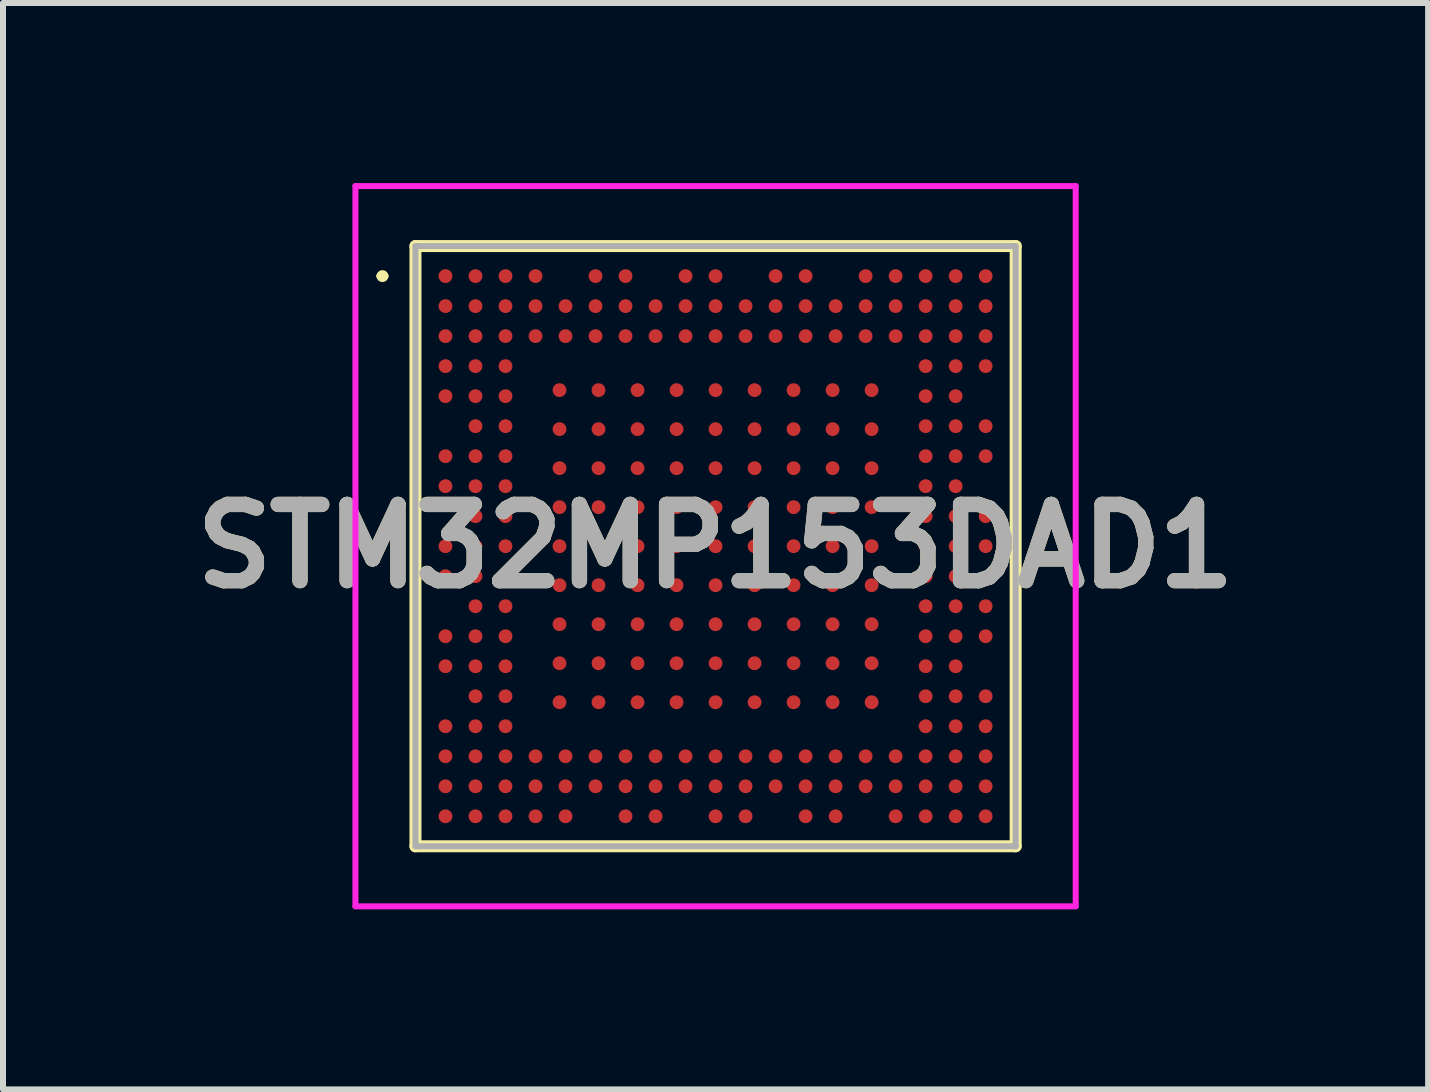
<source format=kicad_pcb>
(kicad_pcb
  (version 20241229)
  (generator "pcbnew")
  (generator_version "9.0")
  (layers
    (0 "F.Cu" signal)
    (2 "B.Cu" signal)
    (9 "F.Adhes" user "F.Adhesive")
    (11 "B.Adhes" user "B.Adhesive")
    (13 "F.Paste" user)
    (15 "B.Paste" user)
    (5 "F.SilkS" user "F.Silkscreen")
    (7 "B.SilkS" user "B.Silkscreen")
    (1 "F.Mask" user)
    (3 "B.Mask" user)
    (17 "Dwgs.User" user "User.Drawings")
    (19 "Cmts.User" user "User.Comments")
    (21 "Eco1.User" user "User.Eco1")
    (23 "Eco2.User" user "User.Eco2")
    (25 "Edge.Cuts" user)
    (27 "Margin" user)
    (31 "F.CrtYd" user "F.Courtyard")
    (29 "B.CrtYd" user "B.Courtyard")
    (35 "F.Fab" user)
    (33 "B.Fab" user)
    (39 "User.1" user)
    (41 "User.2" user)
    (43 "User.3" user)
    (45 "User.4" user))
  (footprint "STM32MP153DAD1"
    (layer "F.Cu")
    (at 8.872 6.05)
    (property "Reference" "STM32MP153DAD1" (at 0 0 0) (layer "F.SilkS") (effects (font (size 1.27 1.27) (thickness 0.254))))
    (attr smd)
    (fp_line (start -5.6 -4.5) (end -5.6 -4.5) (stroke (width 0.1) (type solid)) (layer "F.SilkS"))
    (fp_line (start -5.5 -4.5) (end -5.5 -4.5) (stroke (width 0.1) (type solid)) (layer "F.SilkS"))
    (fp_line (start -5 -5) (end 5 -5) (stroke (width 0.2) (type solid)) (layer "F.SilkS"))
    (fp_line (start -5 5) (end -5 -5) (stroke (width 0.2) (type solid)) (layer "F.SilkS"))
    (fp_line (start 5 -5) (end 5 5) (stroke (width 0.2) (type solid)) (layer "F.SilkS"))
    (fp_line (start 5 5) (end -5 5) (stroke (width 0.2) (type solid)) (layer "F.SilkS"))
    (fp_arc (start -5.6 -4.5) (mid -5.55 -4.55) (end -5.5 -4.5) (stroke (width 0.1) (type solid)) (layer "F.SilkS"))
    (fp_arc (start -5.5 -4.5) (mid -5.55 -4.45) (end -5.6 -4.5) (stroke (width 0.1) (type solid)) (layer "F.SilkS"))
    (fp_line (start -6 -6) (end 6 -6) (stroke (width 0.1) (type solid)) (layer "F.CrtYd"))
    (fp_line (start -6 6) (end -6 -6) (stroke (width 0.1) (type solid)) (layer "F.CrtYd"))
    (fp_line (start 6 -6) (end 6 6) (stroke (width 0.1) (type solid)) (layer "F.CrtYd"))
    (fp_line (start 6 6) (end -6 6) (stroke (width 0.1) (type solid)) (layer "F.CrtYd"))
    (fp_line (start -5 -5) (end 5 -5) (stroke (width 0.1) (type solid)) (layer "F.Fab"))
    (fp_line (start -5 5) (end -5 -5) (stroke (width 0.1) (type solid)) (layer "F.Fab"))
    (fp_line (start 5 -5) (end 5 5) (stroke (width 0.1) (type solid)) (layer "F.Fab"))
    (fp_line (start 5 5) (end -5 5) (stroke (width 0.1) (type solid)) (layer "F.Fab"))
    (fp_text user "${REFERENCE}" (at 0 0 0) (layer "F.Fab") (effects (font (size 1.27 1.27) (thickness 0.254))))
    (pad "A1" smd circle (at -4.5 -4.5 90) (size 0.23 0.23) (layers "F.Cu" "F.Mask" "F.Paste"))
    (pad "A2" smd circle (at -4 -4.5 90) (size 0.23 0.23) (layers "F.Cu" "F.Mask" "F.Paste"))
    (pad "A3" smd circle (at -3.5 -4.5 90) (size 0.23 0.23) (layers "F.Cu" "F.Mask" "F.Paste"))
    (pad "A4" smd circle (at -3 -4.5 90) (size 0.23 0.23) (layers "F.Cu" "F.Mask" "F.Paste"))
    (pad "A6" smd circle (at -2 -4.5 90) (size 0.23 0.23) (layers "F.Cu" "F.Mask" "F.Paste"))
    (pad "A7" smd circle (at -1.5 -4.5 90) (size 0.23 0.23) (layers "F.Cu" "F.Mask" "F.Paste"))
    (pad "A9" smd circle (at -0.5 -4.5 90) (size 0.23 0.23) (layers "F.Cu" "F.Mask" "F.Paste"))
    (pad "A10" smd circle (at 0 -4.5 90) (size 0.23 0.23) (layers "F.Cu" "F.Mask" "F.Paste"))
    (pad "A12" smd circle (at 1 -4.5 90) (size 0.23 0.23) (layers "F.Cu" "F.Mask" "F.Paste"))
    (pad "A13" smd circle (at 1.5 -4.5 90) (size 0.23 0.23) (layers "F.Cu" "F.Mask" "F.Paste"))
    (pad "A15" smd circle (at 2.5 -4.5 90) (size 0.23 0.23) (layers "F.Cu" "F.Mask" "F.Paste"))
    (pad "A16" smd circle (at 3 -4.5 90) (size 0.23 0.23) (layers "F.Cu" "F.Mask" "F.Paste"))
    (pad "A17" smd circle (at 3.5 -4.5 90) (size 0.23 0.23) (layers "F.Cu" "F.Mask" "F.Paste"))
    (pad "A18" smd circle (at 4 -4.5 90) (size 0.23 0.23) (layers "F.Cu" "F.Mask" "F.Paste"))
    (pad "A19" smd circle (at 4.5 -4.5 90) (size 0.23 0.23) (layers "F.Cu" "F.Mask" "F.Paste"))
    (pad "AA1" smd circle (at -2.6 -2.6 90) (size 0.23 0.23) (layers "F.Cu" "F.Mask" "F.Paste"))
    (pad "AA2" smd circle (at -1.95 -2.6 90) (size 0.23 0.23) (layers "F.Cu" "F.Mask" "F.Paste"))
    (pad "AA3" smd circle (at -1.3 -2.6 90) (size 0.23 0.23) (layers "F.Cu" "F.Mask" "F.Paste"))
    (pad "AA4" smd circle (at -0.65 -2.6 90) (size 0.23 0.23) (layers "F.Cu" "F.Mask" "F.Paste"))
    (pad "AA5" smd circle (at 0 -2.6 90) (size 0.23 0.23) (layers "F.Cu" "F.Mask" "F.Paste"))
    (pad "AA6" smd circle (at 0.65 -2.6 90) (size 0.23 0.23) (layers "F.Cu" "F.Mask" "F.Paste"))
    (pad "AA7" smd circle (at 1.3 -2.6 90) (size 0.23 0.23) (layers "F.Cu" "F.Mask" "F.Paste"))
    (pad "AA8" smd circle (at 1.95 -2.6 90) (size 0.23 0.23) (layers "F.Cu" "F.Mask" "F.Paste"))
    (pad "AA9" smd circle (at 2.6 -2.6 90) (size 0.23 0.23) (layers "F.Cu" "F.Mask" "F.Paste"))
    (pad "B1" smd circle (at -4.5 -4 90) (size 0.23 0.23) (layers "F.Cu" "F.Mask" "F.Paste"))
    (pad "B2" smd circle (at -4 -4 90) (size 0.23 0.23) (layers "F.Cu" "F.Mask" "F.Paste"))
    (pad "B3" smd circle (at -3.5 -4 90) (size 0.23 0.23) (layers "F.Cu" "F.Mask" "F.Paste"))
    (pad "B4" smd circle (at -3 -4 90) (size 0.23 0.23) (layers "F.Cu" "F.Mask" "F.Paste"))
    (pad "B5" smd circle (at -2.5 -4 90) (size 0.23 0.23) (layers "F.Cu" "F.Mask" "F.Paste"))
    (pad "B6" smd circle (at -2 -4 90) (size 0.23 0.23) (layers "F.Cu" "F.Mask" "F.Paste"))
    (pad "B7" smd circle (at -1.5 -4 90) (size 0.23 0.23) (layers "F.Cu" "F.Mask" "F.Paste"))
    (pad "B8" smd circle (at -1 -4 90) (size 0.23 0.23) (layers "F.Cu" "F.Mask" "F.Paste"))
    (pad "B9" smd circle (at -0.5 -4 90) (size 0.23 0.23) (layers "F.Cu" "F.Mask" "F.Paste"))
    (pad "B10" smd circle (at 0 -4 90) (size 0.23 0.23) (layers "F.Cu" "F.Mask" "F.Paste"))
    (pad "B11" smd circle (at 0.5 -4 90) (size 0.23 0.23) (layers "F.Cu" "F.Mask" "F.Paste"))
    (pad "B12" smd circle (at 1 -4 90) (size 0.23 0.23) (layers "F.Cu" "F.Mask" "F.Paste"))
    (pad "B13" smd circle (at 1.5 -4 90) (size 0.23 0.23) (layers "F.Cu" "F.Mask" "F.Paste"))
    (pad "B14" smd circle (at 2 -4 90) (size 0.23 0.23) (layers "F.Cu" "F.Mask" "F.Paste"))
    (pad "B15" smd circle (at 2.5 -4 90) (size 0.23 0.23) (layers "F.Cu" "F.Mask" "F.Paste"))
    (pad "B16" smd circle (at 3 -4 90) (size 0.23 0.23) (layers "F.Cu" "F.Mask" "F.Paste"))
    (pad "B17" smd circle (at 3.5 -4 90) (size 0.23 0.23) (layers "F.Cu" "F.Mask" "F.Paste"))
    (pad "B18" smd circle (at 4 -4 90) (size 0.23 0.23) (layers "F.Cu" "F.Mask" "F.Paste"))
    (pad "B19" smd circle (at 4.5 -4 90) (size 0.23 0.23) (layers "F.Cu" "F.Mask" "F.Paste"))
    (pad "BB1" smd circle (at -2.6 -1.95 90) (size 0.23 0.23) (layers "F.Cu" "F.Mask" "F.Paste"))
    (pad "BB2" smd circle (at -1.95 -1.95 90) (size 0.23 0.23) (layers "F.Cu" "F.Mask" "F.Paste"))
    (pad "BB3" smd circle (at -1.3 -1.95 90) (size 0.23 0.23) (layers "F.Cu" "F.Mask" "F.Paste"))
    (pad "BB4" smd circle (at -0.65 -1.95 90) (size 0.23 0.23) (layers "F.Cu" "F.Mask" "F.Paste"))
    (pad "BB5" smd circle (at 0 -1.95 90) (size 0.23 0.23) (layers "F.Cu" "F.Mask" "F.Paste"))
    (pad "BB6" smd circle (at 0.65 -1.95 90) (size 0.23 0.23) (layers "F.Cu" "F.Mask" "F.Paste"))
    (pad "BB7" smd circle (at 1.3 -1.95 90) (size 0.23 0.23) (layers "F.Cu" "F.Mask" "F.Paste"))
    (pad "BB8" smd circle (at 1.95 -1.95 90) (size 0.23 0.23) (layers "F.Cu" "F.Mask" "F.Paste"))
    (pad "BB9" smd circle (at 2.6 -1.95 90) (size 0.23 0.23) (layers "F.Cu" "F.Mask" "F.Paste"))
    (pad "C1" smd circle (at -4.5 -3.5 90) (size 0.23 0.23) (layers "F.Cu" "F.Mask" "F.Paste"))
    (pad "C2" smd circle (at -4 -3.5 90) (size 0.23 0.23) (layers "F.Cu" "F.Mask" "F.Paste"))
    (pad "C3" smd circle (at -3.5 -3.5 90) (size 0.23 0.23) (layers "F.Cu" "F.Mask" "F.Paste"))
    (pad "C4" smd circle (at -3 -3.5 90) (size 0.23 0.23) (layers "F.Cu" "F.Mask" "F.Paste"))
    (pad "C5" smd circle (at -2.5 -3.5 90) (size 0.23 0.23) (layers "F.Cu" "F.Mask" "F.Paste"))
    (pad "C6" smd circle (at -2 -3.5 90) (size 0.23 0.23) (layers "F.Cu" "F.Mask" "F.Paste"))
    (pad "C7" smd circle (at -1.5 -3.5 90) (size 0.23 0.23) (layers "F.Cu" "F.Mask" "F.Paste"))
    (pad "C8" smd circle (at -1 -3.5 90) (size 0.23 0.23) (layers "F.Cu" "F.Mask" "F.Paste"))
    (pad "C9" smd circle (at -0.5 -3.5 90) (size 0.23 0.23) (layers "F.Cu" "F.Mask" "F.Paste"))
    (pad "C10" smd circle (at 0 -3.5 90) (size 0.23 0.23) (layers "F.Cu" "F.Mask" "F.Paste"))
    (pad "C11" smd circle (at 0.5 -3.5 90) (size 0.23 0.23) (layers "F.Cu" "F.Mask" "F.Paste"))
    (pad "C12" smd circle (at 1 -3.5 90) (size 0.23 0.23) (layers "F.Cu" "F.Mask" "F.Paste"))
    (pad "C13" smd circle (at 1.5 -3.5 90) (size 0.23 0.23) (layers "F.Cu" "F.Mask" "F.Paste"))
    (pad "C14" smd circle (at 2 -3.5 90) (size 0.23 0.23) (layers "F.Cu" "F.Mask" "F.Paste"))
    (pad "C15" smd circle (at 2.5 -3.5 90) (size 0.23 0.23) (layers "F.Cu" "F.Mask" "F.Paste"))
    (pad "C16" smd circle (at 3 -3.5 90) (size 0.23 0.23) (layers "F.Cu" "F.Mask" "F.Paste"))
    (pad "C17" smd circle (at 3.5 -3.5 90) (size 0.23 0.23) (layers "F.Cu" "F.Mask" "F.Paste"))
    (pad "C18" smd circle (at 4 -3.5 90) (size 0.23 0.23) (layers "F.Cu" "F.Mask" "F.Paste"))
    (pad "C19" smd circle (at 4.5 -3.5 90) (size 0.23 0.23) (layers "F.Cu" "F.Mask" "F.Paste"))
    (pad "CC1" smd circle (at -2.6 -1.3 90) (size 0.23 0.23) (layers "F.Cu" "F.Mask" "F.Paste"))
    (pad "CC2" smd circle (at -1.95 -1.3 90) (size 0.23 0.23) (layers "F.Cu" "F.Mask" "F.Paste"))
    (pad "CC3" smd circle (at -1.3 -1.3 90) (size 0.23 0.23) (layers "F.Cu" "F.Mask" "F.Paste"))
    (pad "CC4" smd circle (at -0.65 -1.3 90) (size 0.23 0.23) (layers "F.Cu" "F.Mask" "F.Paste"))
    (pad "CC5" smd circle (at 0 -1.3 90) (size 0.23 0.23) (layers "F.Cu" "F.Mask" "F.Paste"))
    (pad "CC6" smd circle (at 0.65 -1.3 90) (size 0.23 0.23) (layers "F.Cu" "F.Mask" "F.Paste"))
    (pad "CC7" smd circle (at 1.3 -1.3 90) (size 0.23 0.23) (layers "F.Cu" "F.Mask" "F.Paste"))
    (pad "CC8" smd circle (at 1.95 -1.3 90) (size 0.23 0.23) (layers "F.Cu" "F.Mask" "F.Paste"))
    (pad "CC9" smd circle (at 2.6 -1.3 90) (size 0.23 0.23) (layers "F.Cu" "F.Mask" "F.Paste"))
    (pad "D1" smd circle (at -4.5 -3 90) (size 0.23 0.23) (layers "F.Cu" "F.Mask" "F.Paste"))
    (pad "D2" smd circle (at -4 -3 90) (size 0.23 0.23) (layers "F.Cu" "F.Mask" "F.Paste"))
    (pad "D3" smd circle (at -3.5 -3 90) (size 0.23 0.23) (layers "F.Cu" "F.Mask" "F.Paste"))
    (pad "D17" smd circle (at 3.5 -3 90) (size 0.23 0.23) (layers "F.Cu" "F.Mask" "F.Paste"))
    (pad "D18" smd circle (at 4 -3 90) (size 0.23 0.23) (layers "F.Cu" "F.Mask" "F.Paste"))
    (pad "D19" smd circle (at 4.5 -3 90) (size 0.23 0.23) (layers "F.Cu" "F.Mask" "F.Paste"))
    (pad "DD1" smd circle (at -2.6 -0.65 90) (size 0.23 0.23) (layers "F.Cu" "F.Mask" "F.Paste"))
    (pad "DD2" smd circle (at -1.95 -0.65 90) (size 0.23 0.23) (layers "F.Cu" "F.Mask" "F.Paste"))
    (pad "DD3" smd circle (at -1.3 -0.65 90) (size 0.23 0.23) (layers "F.Cu" "F.Mask" "F.Paste"))
    (pad "DD4" smd circle (at -0.65 -0.65 90) (size 0.23 0.23) (layers "F.Cu" "F.Mask" "F.Paste"))
    (pad "DD5" smd circle (at 0 -0.65 90) (size 0.23 0.23) (layers "F.Cu" "F.Mask" "F.Paste"))
    (pad "DD6" smd circle (at 0.65 -0.65 90) (size 0.23 0.23) (layers "F.Cu" "F.Mask" "F.Paste"))
    (pad "DD7" smd circle (at 1.3 -0.65 90) (size 0.23 0.23) (layers "F.Cu" "F.Mask" "F.Paste"))
    (pad "DD8" smd circle (at 1.95 -0.65 90) (size 0.23 0.23) (layers "F.Cu" "F.Mask" "F.Paste"))
    (pad "DD9" smd circle (at 2.6 -0.65 90) (size 0.23 0.23) (layers "F.Cu" "F.Mask" "F.Paste"))
    (pad "E1" smd circle (at -4.5 -2.5 90) (size 0.23 0.23) (layers "F.Cu" "F.Mask" "F.Paste"))
    (pad "E2" smd circle (at -4 -2.5 90) (size 0.23 0.23) (layers "F.Cu" "F.Mask" "F.Paste"))
    (pad "E3" smd circle (at -3.5 -2.5 90) (size 0.23 0.23) (layers "F.Cu" "F.Mask" "F.Paste"))
    (pad "E17" smd circle (at 3.5 -2.5 90) (size 0.23 0.23) (layers "F.Cu" "F.Mask" "F.Paste"))
    (pad "E18" smd circle (at 4 -2.5 90) (size 0.23 0.23) (layers "F.Cu" "F.Mask" "F.Paste"))
    (pad "EE1" smd circle (at -2.6 0 90) (size 0.23 0.23) (layers "F.Cu" "F.Mask" "F.Paste"))
    (pad "EE2" smd circle (at -1.95 0 90) (size 0.23 0.23) (layers "F.Cu" "F.Mask" "F.Paste"))
    (pad "EE3" smd circle (at -1.3 0 90) (size 0.23 0.23) (layers "F.Cu" "F.Mask" "F.Paste"))
    (pad "EE4" smd circle (at -0.65 0 90) (size 0.23 0.23) (layers "F.Cu" "F.Mask" "F.Paste"))
    (pad "EE5" smd circle (at 0 0 90) (size 0.23 0.23) (layers "F.Cu" "F.Mask" "F.Paste"))
    (pad "EE6" smd circle (at 0.65 0 90) (size 0.23 0.23) (layers "F.Cu" "F.Mask" "F.Paste"))
    (pad "EE7" smd circle (at 1.3 0 90) (size 0.23 0.23) (layers "F.Cu" "F.Mask" "F.Paste"))
    (pad "EE8" smd circle (at 1.95 0 90) (size 0.23 0.23) (layers "F.Cu" "F.Mask" "F.Paste"))
    (pad "EE9" smd circle (at 2.6 0 90) (size 0.23 0.23) (layers "F.Cu" "F.Mask" "F.Paste"))
    (pad "F2" smd circle (at -4 -2 90) (size 0.23 0.23) (layers "F.Cu" "F.Mask" "F.Paste"))
    (pad "F3" smd circle (at -3.5 -2 90) (size 0.23 0.23) (layers "F.Cu" "F.Mask" "F.Paste"))
    (pad "F17" smd circle (at 3.5 -2 90) (size 0.23 0.23) (layers "F.Cu" "F.Mask" "F.Paste"))
    (pad "F18" smd circle (at 4 -2 90) (size 0.23 0.23) (layers "F.Cu" "F.Mask" "F.Paste"))
    (pad "F19" smd circle (at 4.5 -2 90) (size 0.23 0.23) (layers "F.Cu" "F.Mask" "F.Paste"))
    (pad "FF1" smd circle (at -2.6 0.65 90) (size 0.23 0.23) (layers "F.Cu" "F.Mask" "F.Paste"))
    (pad "FF2" smd circle (at -1.95 0.65 90) (size 0.23 0.23) (layers "F.Cu" "F.Mask" "F.Paste"))
    (pad "FF3" smd circle (at -1.3 0.65 90) (size 0.23 0.23) (layers "F.Cu" "F.Mask" "F.Paste"))
    (pad "FF4" smd circle (at -0.65 0.65 90) (size 0.23 0.23) (layers "F.Cu" "F.Mask" "F.Paste"))
    (pad "FF5" smd circle (at 0 0.65 90) (size 0.23 0.23) (layers "F.Cu" "F.Mask" "F.Paste"))
    (pad "FF6" smd circle (at 0.65 0.65 90) (size 0.23 0.23) (layers "F.Cu" "F.Mask" "F.Paste"))
    (pad "FF7" smd circle (at 1.3 0.65 90) (size 0.23 0.23) (layers "F.Cu" "F.Mask" "F.Paste"))
    (pad "FF8" smd circle (at 1.95 0.65 90) (size 0.23 0.23) (layers "F.Cu" "F.Mask" "F.Paste"))
    (pad "FF9" smd circle (at 2.6 0.65 90) (size 0.23 0.23) (layers "F.Cu" "F.Mask" "F.Paste"))
    (pad "G1" smd circle (at -4.5 -1.5 90) (size 0.23 0.23) (layers "F.Cu" "F.Mask" "F.Paste"))
    (pad "G2" smd circle (at -4 -1.5 90) (size 0.23 0.23) (layers "F.Cu" "F.Mask" "F.Paste"))
    (pad "G3" smd circle (at -3.5 -1.5 90) (size 0.23 0.23) (layers "F.Cu" "F.Mask" "F.Paste"))
    (pad "G17" smd circle (at 3.5 -1.5 90) (size 0.23 0.23) (layers "F.Cu" "F.Mask" "F.Paste"))
    (pad "G18" smd circle (at 4 -1.5 90) (size 0.23 0.23) (layers "F.Cu" "F.Mask" "F.Paste"))
    (pad "G19" smd circle (at 4.5 -1.5 90) (size 0.23 0.23) (layers "F.Cu" "F.Mask" "F.Paste"))
    (pad "GG1" smd circle (at -2.6 1.3 90) (size 0.23 0.23) (layers "F.Cu" "F.Mask" "F.Paste"))
    (pad "GG2" smd circle (at -1.95 1.3 90) (size 0.23 0.23) (layers "F.Cu" "F.Mask" "F.Paste"))
    (pad "GG3" smd circle (at -1.3 1.3 90) (size 0.23 0.23) (layers "F.Cu" "F.Mask" "F.Paste"))
    (pad "GG4" smd circle (at -0.65 1.3 90) (size 0.23 0.23) (layers "F.Cu" "F.Mask" "F.Paste"))
    (pad "GG5" smd circle (at 0 1.3 90) (size 0.23 0.23) (layers "F.Cu" "F.Mask" "F.Paste"))
    (pad "GG6" smd circle (at 0.65 1.3 90) (size 0.23 0.23) (layers "F.Cu" "F.Mask" "F.Paste"))
    (pad "GG7" smd circle (at 1.3 1.3 90) (size 0.23 0.23) (layers "F.Cu" "F.Mask" "F.Paste"))
    (pad "GG8" smd circle (at 1.95 1.3 90) (size 0.23 0.23) (layers "F.Cu" "F.Mask" "F.Paste"))
    (pad "GG9" smd circle (at 2.6 1.3 90) (size 0.23 0.23) (layers "F.Cu" "F.Mask" "F.Paste"))
    (pad "H1" smd circle (at -4.5 -1 90) (size 0.23 0.23) (layers "F.Cu" "F.Mask" "F.Paste"))
    (pad "H2" smd circle (at -4 -1 90) (size 0.23 0.23) (layers "F.Cu" "F.Mask" "F.Paste"))
    (pad "H3" smd circle (at -3.5 -1 90) (size 0.23 0.23) (layers "F.Cu" "F.Mask" "F.Paste"))
    (pad "H17" smd circle (at 3.5 -1 90) (size 0.23 0.23) (layers "F.Cu" "F.Mask" "F.Paste"))
    (pad "H18" smd circle (at 4 -1 90) (size 0.23 0.23) (layers "F.Cu" "F.Mask" "F.Paste"))
    (pad "HH1" smd circle (at -2.6 1.95 90) (size 0.23 0.23) (layers "F.Cu" "F.Mask" "F.Paste"))
    (pad "HH2" smd circle (at -1.95 1.95 90) (size 0.23 0.23) (layers "F.Cu" "F.Mask" "F.Paste"))
    (pad "HH3" smd circle (at -1.3 1.95 90) (size 0.23 0.23) (layers "F.Cu" "F.Mask" "F.Paste"))
    (pad "HH4" smd circle (at -0.65 1.95 90) (size 0.23 0.23) (layers "F.Cu" "F.Mask" "F.Paste"))
    (pad "HH5" smd circle (at 0 1.95 90) (size 0.23 0.23) (layers "F.Cu" "F.Mask" "F.Paste"))
    (pad "HH6" smd circle (at 0.65 1.95 90) (size 0.23 0.23) (layers "F.Cu" "F.Mask" "F.Paste"))
    (pad "HH7" smd circle (at 1.3 1.95 90) (size 0.23 0.23) (layers "F.Cu" "F.Mask" "F.Paste"))
    (pad "HH8" smd circle (at 1.95 1.95 90) (size 0.23 0.23) (layers "F.Cu" "F.Mask" "F.Paste"))
    (pad "HH9" smd circle (at 2.6 1.95 90) (size 0.23 0.23) (layers "F.Cu" "F.Mask" "F.Paste"))
    (pad "J2" smd circle (at -4 -0.5 90) (size 0.23 0.23) (layers "F.Cu" "F.Mask" "F.Paste"))
    (pad "J3" smd circle (at -3.5 -0.5 90) (size 0.23 0.23) (layers "F.Cu" "F.Mask" "F.Paste"))
    (pad "J17" smd circle (at 3.5 -0.5 90) (size 0.23 0.23) (layers "F.Cu" "F.Mask" "F.Paste"))
    (pad "J18" smd circle (at 4 -0.5 90) (size 0.23 0.23) (layers "F.Cu" "F.Mask" "F.Paste"))
    (pad "J19" smd circle (at 4.5 -0.5 90) (size 0.23 0.23) (layers "F.Cu" "F.Mask" "F.Paste"))
    (pad "JJ1" smd circle (at -2.6 2.6 90) (size 0.23 0.23) (layers "F.Cu" "F.Mask" "F.Paste"))
    (pad "JJ2" smd circle (at -1.95 2.6 90) (size 0.23 0.23) (layers "F.Cu" "F.Mask" "F.Paste"))
    (pad "JJ3" smd circle (at -1.3 2.6 90) (size 0.23 0.23) (layers "F.Cu" "F.Mask" "F.Paste"))
    (pad "JJ4" smd circle (at -0.65 2.6 90) (size 0.23 0.23) (layers "F.Cu" "F.Mask" "F.Paste"))
    (pad "JJ5" smd circle (at 0 2.6 90) (size 0.23 0.23) (layers "F.Cu" "F.Mask" "F.Paste"))
    (pad "JJ6" smd circle (at 0.65 2.6 90) (size 0.23 0.23) (layers "F.Cu" "F.Mask" "F.Paste"))
    (pad "JJ7" smd circle (at 1.3 2.6 90) (size 0.23 0.23) (layers "F.Cu" "F.Mask" "F.Paste"))
    (pad "JJ8" smd circle (at 1.95 2.6 90) (size 0.23 0.23) (layers "F.Cu" "F.Mask" "F.Paste"))
    (pad "JJ9" smd circle (at 2.6 2.6 90) (size 0.23 0.23) (layers "F.Cu" "F.Mask" "F.Paste"))
    (pad "K1" smd circle (at -4.5 0 90) (size 0.23 0.23) (layers "F.Cu" "F.Mask" "F.Paste"))
    (pad "K2" smd circle (at -4 0 90) (size 0.23 0.23) (layers "F.Cu" "F.Mask" "F.Paste"))
    (pad "K3" smd circle (at -3.5 0 90) (size 0.23 0.23) (layers "F.Cu" "F.Mask" "F.Paste"))
    (pad "K17" smd circle (at 3.5 0 90) (size 0.23 0.23) (layers "F.Cu" "F.Mask" "F.Paste"))
    (pad "K18" smd circle (at 4 0 90) (size 0.23 0.23) (layers "F.Cu" "F.Mask" "F.Paste"))
    (pad "K19" smd circle (at 4.5 0 90) (size 0.23 0.23) (layers "F.Cu" "F.Mask" "F.Paste"))
    (pad "L1" smd circle (at -4.5 0.5 90) (size 0.23 0.23) (layers "F.Cu" "F.Mask" "F.Paste"))
    (pad "L2" smd circle (at -4 0.5 90) (size 0.23 0.23) (layers "F.Cu" "F.Mask" "F.Paste"))
    (pad "L3" smd circle (at -3.5 0.5 90) (size 0.23 0.23) (layers "F.Cu" "F.Mask" "F.Paste"))
    (pad "L17" smd circle (at 3.5 0.5 90) (size 0.23 0.23) (layers "F.Cu" "F.Mask" "F.Paste"))
    (pad "L18" smd circle (at 4 0.5 90) (size 0.23 0.23) (layers "F.Cu" "F.Mask" "F.Paste"))
    (pad "M2" smd circle (at -4 1 90) (size 0.23 0.23) (layers "F.Cu" "F.Mask" "F.Paste"))
    (pad "M3" smd circle (at -3.5 1 90) (size 0.23 0.23) (layers "F.Cu" "F.Mask" "F.Paste"))
    (pad "M17" smd circle (at 3.5 1 90) (size 0.23 0.23) (layers "F.Cu" "F.Mask" "F.Paste"))
    (pad "M18" smd circle (at 4 1 90) (size 0.23 0.23) (layers "F.Cu" "F.Mask" "F.Paste"))
    (pad "M19" smd circle (at 4.5 1 90) (size 0.23 0.23) (layers "F.Cu" "F.Mask" "F.Paste"))
    (pad "N1" smd circle (at -4.5 1.5 90) (size 0.23 0.23) (layers "F.Cu" "F.Mask" "F.Paste"))
    (pad "N2" smd circle (at -4 1.5 90) (size 0.23 0.23) (layers "F.Cu" "F.Mask" "F.Paste"))
    (pad "N3" smd circle (at -3.5 1.5 90) (size 0.23 0.23) (layers "F.Cu" "F.Mask" "F.Paste"))
    (pad "N17" smd circle (at 3.5 1.5 90) (size 0.23 0.23) (layers "F.Cu" "F.Mask" "F.Paste"))
    (pad "N18" smd circle (at 4 1.5 90) (size 0.23 0.23) (layers "F.Cu" "F.Mask" "F.Paste"))
    (pad "N19" smd circle (at 4.5 1.5 90) (size 0.23 0.23) (layers "F.Cu" "F.Mask" "F.Paste"))
    (pad "P1" smd circle (at -4.5 2 90) (size 0.23 0.23) (layers "F.Cu" "F.Mask" "F.Paste"))
    (pad "P2" smd circle (at -4 2 90) (size 0.23 0.23) (layers "F.Cu" "F.Mask" "F.Paste"))
    (pad "P3" smd circle (at -3.5 2 90) (size 0.23 0.23) (layers "F.Cu" "F.Mask" "F.Paste"))
    (pad "P17" smd circle (at 3.5 2 90) (size 0.23 0.23) (layers "F.Cu" "F.Mask" "F.Paste"))
    (pad "P18" smd circle (at 4 2 90) (size 0.23 0.23) (layers "F.Cu" "F.Mask" "F.Paste"))
    (pad "R2" smd circle (at -4 2.5 90) (size 0.23 0.23) (layers "F.Cu" "F.Mask" "F.Paste"))
    (pad "R3" smd circle (at -3.5 2.5 90) (size 0.23 0.23) (layers "F.Cu" "F.Mask" "F.Paste"))
    (pad "R17" smd circle (at 3.5 2.5 90) (size 0.23 0.23) (layers "F.Cu" "F.Mask" "F.Paste"))
    (pad "R18" smd circle (at 4 2.5 90) (size 0.23 0.23) (layers "F.Cu" "F.Mask" "F.Paste"))
    (pad "R19" smd circle (at 4.5 2.5 90) (size 0.23 0.23) (layers "F.Cu" "F.Mask" "F.Paste"))
    (pad "T1" smd circle (at -4.5 3 90) (size 0.23 0.23) (layers "F.Cu" "F.Mask" "F.Paste"))
    (pad "T2" smd circle (at -4 3 90) (size 0.23 0.23) (layers "F.Cu" "F.Mask" "F.Paste"))
    (pad "T3" smd circle (at -3.5 3 90) (size 0.23 0.23) (layers "F.Cu" "F.Mask" "F.Paste"))
    (pad "T17" smd circle (at 3.5 3 90) (size 0.23 0.23) (layers "F.Cu" "F.Mask" "F.Paste"))
    (pad "T18" smd circle (at 4 3 90) (size 0.23 0.23) (layers "F.Cu" "F.Mask" "F.Paste"))
    (pad "T19" smd circle (at 4.5 3 90) (size 0.23 0.23) (layers "F.Cu" "F.Mask" "F.Paste"))
    (pad "U1" smd circle (at -4.5 3.5 90) (size 0.23 0.23) (layers "F.Cu" "F.Mask" "F.Paste"))
    (pad "U2" smd circle (at -4 3.5 90) (size 0.23 0.23) (layers "F.Cu" "F.Mask" "F.Paste"))
    (pad "U3" smd circle (at -3.5 3.5 90) (size 0.23 0.23) (layers "F.Cu" "F.Mask" "F.Paste"))
    (pad "U4" smd circle (at -3 3.5 90) (size 0.23 0.23) (layers "F.Cu" "F.Mask" "F.Paste"))
    (pad "U5" smd circle (at -2.5 3.5 90) (size 0.23 0.23) (layers "F.Cu" "F.Mask" "F.Paste"))
    (pad "U6" smd circle (at -2 3.5 90) (size 0.23 0.23) (layers "F.Cu" "F.Mask" "F.Paste"))
    (pad "U7" smd circle (at -1.5 3.5 90) (size 0.23 0.23) (layers "F.Cu" "F.Mask" "F.Paste"))
    (pad "U8" smd circle (at -1 3.5 90) (size 0.23 0.23) (layers "F.Cu" "F.Mask" "F.Paste"))
    (pad "U9" smd circle (at -0.5 3.5 90) (size 0.23 0.23) (layers "F.Cu" "F.Mask" "F.Paste"))
    (pad "U10" smd circle (at 0 3.5 90) (size 0.23 0.23) (layers "F.Cu" "F.Mask" "F.Paste"))
    (pad "U11" smd circle (at 0.5 3.5 90) (size 0.23 0.23) (layers "F.Cu" "F.Mask" "F.Paste"))
    (pad "U12" smd circle (at 1 3.5 90) (size 0.23 0.23) (layers "F.Cu" "F.Mask" "F.Paste"))
    (pad "U13" smd circle (at 1.5 3.5 90) (size 0.23 0.23) (layers "F.Cu" "F.Mask" "F.Paste"))
    (pad "U14" smd circle (at 2 3.5 90) (size 0.23 0.23) (layers "F.Cu" "F.Mask" "F.Paste"))
    (pad "U15" smd circle (at 2.5 3.5 90) (size 0.23 0.23) (layers "F.Cu" "F.Mask" "F.Paste"))
    (pad "U16" smd circle (at 3 3.5 90) (size 0.23 0.23) (layers "F.Cu" "F.Mask" "F.Paste"))
    (pad "U17" smd circle (at 3.5 3.5 90) (size 0.23 0.23) (layers "F.Cu" "F.Mask" "F.Paste"))
    (pad "U18" smd circle (at 4 3.5 90) (size 0.23 0.23) (layers "F.Cu" "F.Mask" "F.Paste"))
    (pad "U19" smd circle (at 4.5 3.5 90) (size 0.23 0.23) (layers "F.Cu" "F.Mask" "F.Paste"))
    (pad "V1" smd circle (at -4.5 4 90) (size 0.23 0.23) (layers "F.Cu" "F.Mask" "F.Paste"))
    (pad "V2" smd circle (at -4 4 90) (size 0.23 0.23) (layers "F.Cu" "F.Mask" "F.Paste"))
    (pad "V3" smd circle (at -3.5 4 90) (size 0.23 0.23) (layers "F.Cu" "F.Mask" "F.Paste"))
    (pad "V4" smd circle (at -3 4 90) (size 0.23 0.23) (layers "F.Cu" "F.Mask" "F.Paste"))
    (pad "V5" smd circle (at -2.5 4 90) (size 0.23 0.23) (layers "F.Cu" "F.Mask" "F.Paste"))
    (pad "V6" smd circle (at -2 4 90) (size 0.23 0.23) (layers "F.Cu" "F.Mask" "F.Paste"))
    (pad "V7" smd circle (at -1.5 4 90) (size 0.23 0.23) (layers "F.Cu" "F.Mask" "F.Paste"))
    (pad "V8" smd circle (at -1 4 90) (size 0.23 0.23) (layers "F.Cu" "F.Mask" "F.Paste"))
    (pad "V9" smd circle (at -0.5 4 90) (size 0.23 0.23) (layers "F.Cu" "F.Mask" "F.Paste"))
    (pad "V10" smd circle (at 0 4 90) (size 0.23 0.23) (layers "F.Cu" "F.Mask" "F.Paste"))
    (pad "V11" smd circle (at 0.5 4 90) (size 0.23 0.23) (layers "F.Cu" "F.Mask" "F.Paste"))
    (pad "V12" smd circle (at 1 4 90) (size 0.23 0.23) (layers "F.Cu" "F.Mask" "F.Paste"))
    (pad "V13" smd circle (at 1.5 4 90) (size 0.23 0.23) (layers "F.Cu" "F.Mask" "F.Paste"))
    (pad "V14" smd circle (at 2 4 90) (size 0.23 0.23) (layers "F.Cu" "F.Mask" "F.Paste"))
    (pad "V15" smd circle (at 2.5 4 90) (size 0.23 0.23) (layers "F.Cu" "F.Mask" "F.Paste"))
    (pad "V16" smd circle (at 3 4 90) (size 0.23 0.23) (layers "F.Cu" "F.Mask" "F.Paste"))
    (pad "V17" smd circle (at 3.5 4 90) (size 0.23 0.23) (layers "F.Cu" "F.Mask" "F.Paste"))
    (pad "V18" smd circle (at 4 4 90) (size 0.23 0.23) (layers "F.Cu" "F.Mask" "F.Paste"))
    (pad "V19" smd circle (at 4.5 4 90) (size 0.23 0.23) (layers "F.Cu" "F.Mask" "F.Paste"))
    (pad "W1" smd circle (at -4.5 4.5 90) (size 0.23 0.23) (layers "F.Cu" "F.Mask" "F.Paste"))
    (pad "W2" smd circle (at -4 4.5 90) (size 0.23 0.23) (layers "F.Cu" "F.Mask" "F.Paste"))
    (pad "W3" smd circle (at -3.5 4.5 90) (size 0.23 0.23) (layers "F.Cu" "F.Mask" "F.Paste"))
    (pad "W4" smd circle (at -3 4.5 90) (size 0.23 0.23) (layers "F.Cu" "F.Mask" "F.Paste"))
    (pad "W5" smd circle (at -2.5 4.5 90) (size 0.23 0.23) (layers "F.Cu" "F.Mask" "F.Paste"))
    (pad "W7" smd circle (at -1.5 4.5 90) (size 0.23 0.23) (layers "F.Cu" "F.Mask" "F.Paste"))
    (pad "W8" smd circle (at -1 4.5 90) (size 0.23 0.23) (layers "F.Cu" "F.Mask" "F.Paste"))
    (pad "W10" smd circle (at 0 4.5 90) (size 0.23 0.23) (layers "F.Cu" "F.Mask" "F.Paste"))
    (pad "W11" smd circle (at 0.5 4.5 90) (size 0.23 0.23) (layers "F.Cu" "F.Mask" "F.Paste"))
    (pad "W13" smd circle (at 1.5 4.5 90) (size 0.23 0.23) (layers "F.Cu" "F.Mask" "F.Paste"))
    (pad "W14" smd circle (at 2 4.5 90) (size 0.23 0.23) (layers "F.Cu" "F.Mask" "F.Paste"))
    (pad "W16" smd circle (at 3 4.5 90) (size 0.23 0.23) (layers "F.Cu" "F.Mask" "F.Paste"))
    (pad "W17" smd circle (at 3.5 4.5 90) (size 0.23 0.23) (layers "F.Cu" "F.Mask" "F.Paste"))
    (pad "W18" smd circle (at 4 4.5 90) (size 0.23 0.23) (layers "F.Cu" "F.Mask" "F.Paste"))
    (pad "W19" smd circle (at 4.5 4.5 90) (size 0.23 0.23) (layers "F.Cu" "F.Mask" "F.Paste")))
  (gr_rect
    (start -3 -3)
    (end 20.744 15.1)
    (stroke (width 0.1) (type default))
    (fill no)
    (layer "Edge.Cuts")))
</source>
